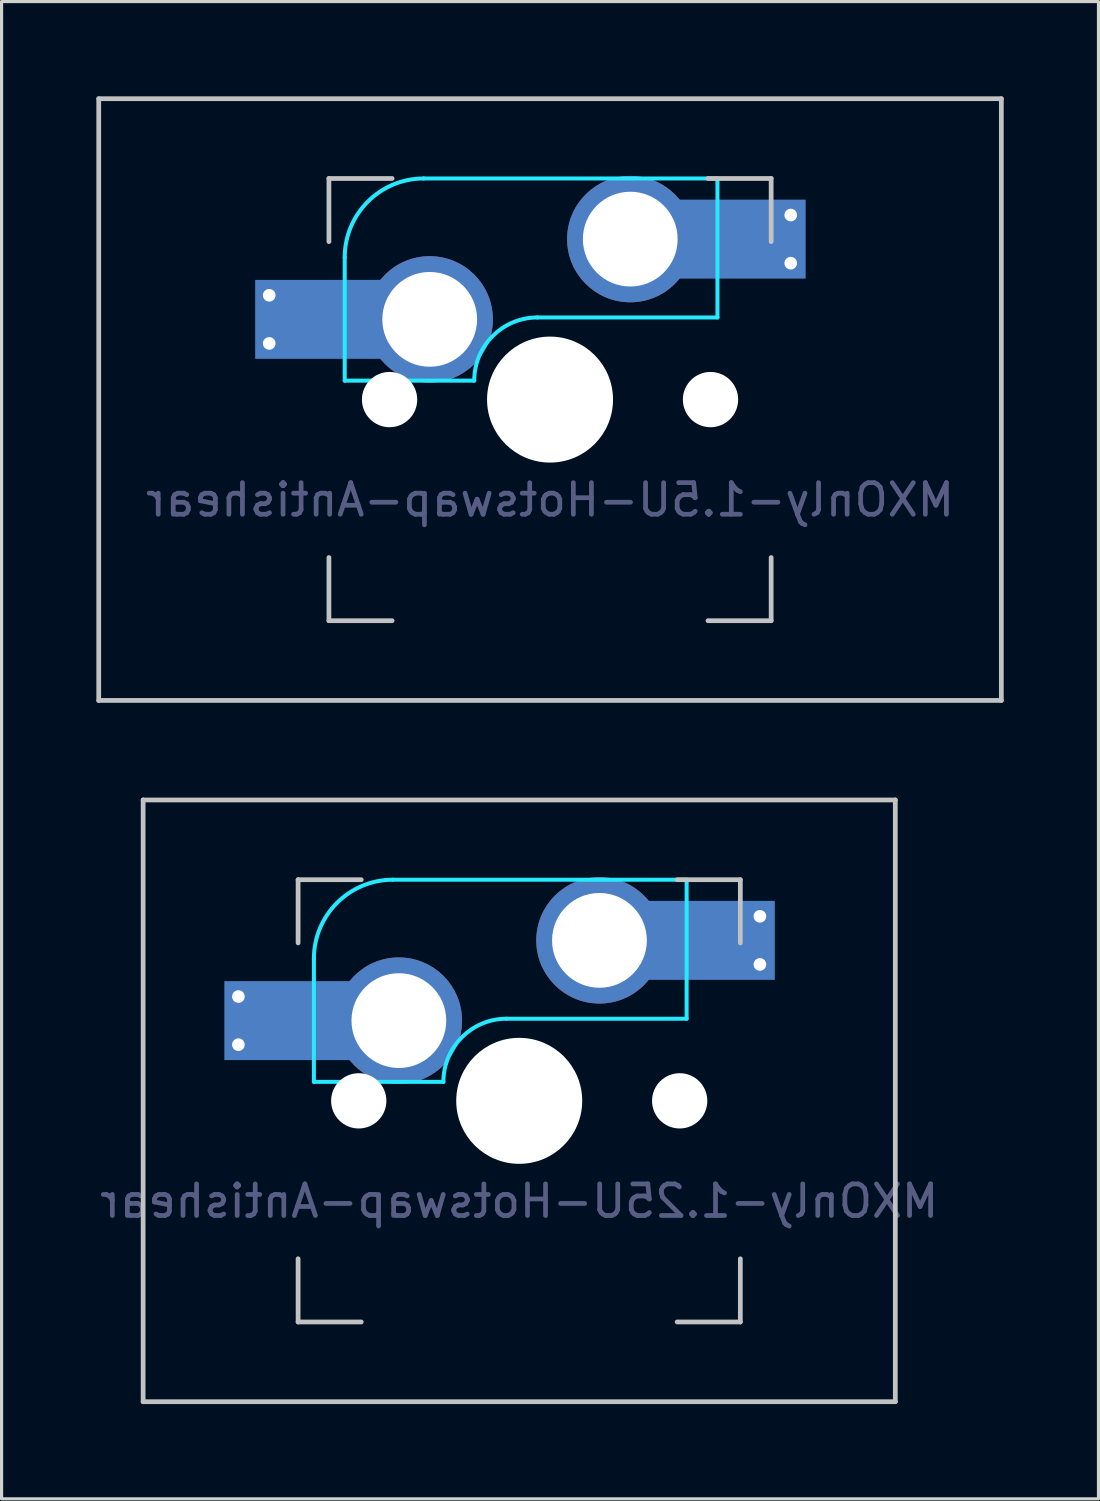
<source format=kicad_pcb>
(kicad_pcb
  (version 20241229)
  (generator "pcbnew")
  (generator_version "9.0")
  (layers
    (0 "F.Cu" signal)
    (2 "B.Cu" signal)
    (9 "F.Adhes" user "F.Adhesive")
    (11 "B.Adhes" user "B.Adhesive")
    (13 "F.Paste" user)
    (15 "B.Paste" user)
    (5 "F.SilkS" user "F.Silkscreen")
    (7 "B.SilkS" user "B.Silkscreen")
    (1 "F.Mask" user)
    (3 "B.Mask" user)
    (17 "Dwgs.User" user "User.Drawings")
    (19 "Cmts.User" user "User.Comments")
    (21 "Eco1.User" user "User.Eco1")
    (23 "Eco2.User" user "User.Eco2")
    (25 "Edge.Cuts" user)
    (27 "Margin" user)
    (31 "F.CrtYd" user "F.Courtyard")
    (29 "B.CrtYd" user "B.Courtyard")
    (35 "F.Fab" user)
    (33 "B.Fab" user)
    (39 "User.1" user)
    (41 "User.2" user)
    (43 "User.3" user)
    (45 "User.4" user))
  (footprint "MXOnly-1.5U-Hotswap-Antishear"
    (layer "F.Cu")
    (at 14.363 9.6)
    (property "Reference" "MXOnly-1.5U-Hotswap-Antishear" (at 0 3.175 0) (layer "B.Fab") (effects (font (size 1 1) (thickness 0.15)) (justify mirror)))
    (attr through_hole)
    (fp_line (start -14.287 -9.525) (end 14.287 -9.525) (stroke (width 0.15) (type solid)) (layer "Dwgs.User"))
    (fp_line (start -14.287 9.525) (end -14.287 -9.525) (stroke (width 0.15) (type solid)) (layer "Dwgs.User"))
    (fp_line (start -7 -7) (end -7 -5) (stroke (width 0.15) (type solid)) (layer "Dwgs.User"))
    (fp_line (start -7 5) (end -7 7) (stroke (width 0.15) (type solid)) (layer "Dwgs.User"))
    (fp_line (start -7 7) (end -5 7) (stroke (width 0.15) (type solid)) (layer "Dwgs.User"))
    (fp_line (start -5 -7) (end -7 -7) (stroke (width 0.15) (type solid)) (layer "Dwgs.User"))
    (fp_line (start 5 -7) (end 7 -7) (stroke (width 0.15) (type solid)) (layer "Dwgs.User"))
    (fp_line (start 5 7) (end 7 7) (stroke (width 0.15) (type solid)) (layer "Dwgs.User"))
    (fp_line (start 7 -7) (end 7 -5) (stroke (width 0.15) (type solid)) (layer "Dwgs.User"))
    (fp_line (start 7 7) (end 7 5) (stroke (width 0.15) (type solid)) (layer "Dwgs.User"))
    (fp_line (start 14.287 -9.525) (end 14.287 9.525) (stroke (width 0.15) (type solid)) (layer "Dwgs.User"))
    (fp_line (start 14.287 9.525) (end -14.287 9.525) (stroke (width 0.15) (type solid)) (layer "Dwgs.User"))
    (fp_line (start -6.5 -4.5) (end -6.5 -0.6) (stroke (width 0.127) (type solid)) (layer "B.CrtYd"))
    (fp_line (start -6.5 -0.6) (end -2.4 -0.6) (stroke (width 0.127) (type solid)) (layer "B.CrtYd"))
    (fp_line (start -0.4 -2.6) (end 5.3 -2.6) (stroke (width 0.127) (type solid)) (layer "B.CrtYd"))
    (fp_line (start 5.3 -7) (end -4 -7) (stroke (width 0.127) (type solid)) (layer "B.CrtYd"))
    (fp_line (start 5.3 -7) (end 5.3 -2.6) (stroke (width 0.127) (type solid)) (layer "B.CrtYd"))
    (fp_arc (start -6.5 -4.5) (mid -5.767767 -6.267767) (end -4 -7) (stroke (width 0.127) (type solid)) (layer "B.CrtYd"))
    (fp_arc (start -2.4 -0.6) (mid -1.814214 -2.014214) (end -0.4 -2.6) (stroke (width 0.127) (type solid)) (layer "B.CrtYd"))
    (pad "" smd rect (at -7.085 -2.54) (size 2.55 2.5) (layers "B.Mask" "B.Paste"))
    (pad "" np_thru_hole circle (at -5.08 0 48.1) (size 1.75 1.75) (drill 1.75) (layers "*.Cu" "*.Mask"))
    (pad "" np_thru_hole circle (at 0 0) (size 3.988 3.988) (drill 3.988) (layers "*.Cu" "*.Mask"))
    (pad "" np_thru_hole circle (at 5.08 0 48.1) (size 1.75 1.75) (drill 1.75) (layers "*.Cu" "*.Mask"))
    (pad "" smd rect (at 5.815 -5.08) (size 2.55 2.5) (layers "B.Mask" "B.Paste"))
    (pad "1" thru_hole circle (at -8.89 -3.302) (size 0.8 0.8) (drill 0.4) (layers "*.Cu"))
    (pad "1" thru_hole circle (at -8.89 -1.778) (size 0.8 0.8) (drill 0.4) (layers "*.Cu"))
    (pad "1" smd rect (at -7.085 -2.54) (size 4.5 2.5) (layers "B.Cu"))
    (pad "1" thru_hole circle (at -3.81 -2.54) (size 4 4) (drill 3) (layers "*.Cu"))
    (pad "2" thru_hole circle (at 2.54 -5.08) (size 4 4) (drill 3) (layers "*.Cu"))
    (pad "2" smd rect (at 5.842 -5.08) (size 4.5 2.5) (layers "B.Cu"))
    (pad "2" thru_hole circle (at 7.62 -5.842) (size 0.8 0.8) (drill 0.4) (layers "*.Cu"))
    (pad "2" thru_hole circle (at 7.62 -4.318) (size 0.8 0.8) (drill 0.4) (layers "*.Cu")))
  (footprint "MXOnly-1.25U-Hotswap-Antishear"
    (layer "F.Cu")
    (at 13.387 31.8)
    (property "Reference" "MXOnly-1.25U-Hotswap-Antishear" (at 0 3.175 0) (layer "B.Fab") (effects (font (size 1 1) (thickness 0.15)) (justify mirror)))
    (attr through_hole)
    (fp_line (start -11.906 -9.525) (end 11.906 -9.525) (stroke (width 0.15) (type solid)) (layer "Dwgs.User"))
    (fp_line (start -11.906 9.525) (end -11.906 -9.525) (stroke (width 0.15) (type solid)) (layer "Dwgs.User"))
    (fp_line (start -7 -7) (end -7 -5) (stroke (width 0.15) (type solid)) (layer "Dwgs.User"))
    (fp_line (start -7 5) (end -7 7) (stroke (width 0.15) (type solid)) (layer "Dwgs.User"))
    (fp_line (start -7 7) (end -5 7) (stroke (width 0.15) (type solid)) (layer "Dwgs.User"))
    (fp_line (start -5 -7) (end -7 -7) (stroke (width 0.15) (type solid)) (layer "Dwgs.User"))
    (fp_line (start 5 -7) (end 7 -7) (stroke (width 0.15) (type solid)) (layer "Dwgs.User"))
    (fp_line (start 5 7) (end 7 7) (stroke (width 0.15) (type solid)) (layer "Dwgs.User"))
    (fp_line (start 7 -7) (end 7 -5) (stroke (width 0.15) (type solid)) (layer "Dwgs.User"))
    (fp_line (start 7 7) (end 7 5) (stroke (width 0.15) (type solid)) (layer "Dwgs.User"))
    (fp_line (start 11.906 -9.525) (end 11.906 9.525) (stroke (width 0.15) (type solid)) (layer "Dwgs.User"))
    (fp_line (start 11.906 9.525) (end -11.906 9.525) (stroke (width 0.15) (type solid)) (layer "Dwgs.User"))
    (fp_line (start -6.5 -4.5) (end -6.5 -0.6) (stroke (width 0.127) (type solid)) (layer "B.CrtYd"))
    (fp_line (start -6.5 -0.6) (end -2.4 -0.6) (stroke (width 0.127) (type solid)) (layer "B.CrtYd"))
    (fp_line (start -0.4 -2.6) (end 5.3 -2.6) (stroke (width 0.127) (type solid)) (layer "B.CrtYd"))
    (fp_line (start 5.3 -7) (end -4 -7) (stroke (width 0.127) (type solid)) (layer "B.CrtYd"))
    (fp_line (start 5.3 -7) (end 5.3 -2.6) (stroke (width 0.127) (type solid)) (layer "B.CrtYd"))
    (fp_arc (start -6.5 -4.5) (mid -5.767767 -6.267767) (end -4 -7) (stroke (width 0.127) (type solid)) (layer "B.CrtYd"))
    (fp_arc (start -2.4 -0.6) (mid -1.814214 -2.014214) (end -0.4 -2.6) (stroke (width 0.127) (type solid)) (layer "B.CrtYd"))
    (pad "" smd rect (at -7.085 -2.54) (size 2.55 2.5) (layers "B.Mask" "B.Paste"))
    (pad "" np_thru_hole circle (at -5.08 0 48.1) (size 1.75 1.75) (drill 1.75) (layers "*.Cu" "*.Mask"))
    (pad "" np_thru_hole circle (at 0 0) (size 3.988 3.988) (drill 3.988) (layers "*.Cu" "*.Mask"))
    (pad "" np_thru_hole circle (at 5.08 0 48.1) (size 1.75 1.75) (drill 1.75) (layers "*.Cu" "*.Mask"))
    (pad "" smd rect (at 5.815 -5.08) (size 2.55 2.5) (layers "B.Mask" "B.Paste"))
    (pad "1" thru_hole circle (at -8.89 -3.302) (size 0.8 0.8) (drill 0.4) (layers "*.Cu"))
    (pad "1" thru_hole circle (at -8.89 -1.778) (size 0.8 0.8) (drill 0.4) (layers "*.Cu"))
    (pad "1" smd rect (at -7.085 -2.54) (size 4.5 2.5) (layers "B.Cu"))
    (pad "1" thru_hole circle (at -3.81 -2.54) (size 4 4) (drill 3) (layers "*.Cu"))
    (pad "2" thru_hole circle (at 2.54 -5.08) (size 4 4) (drill 3) (layers "*.Cu"))
    (pad "2" smd rect (at 5.842 -5.08) (size 4.5 2.5) (layers "B.Cu"))
    (pad "2" thru_hole circle (at 7.62 -5.842) (size 0.8 0.8) (drill 0.4) (layers "*.Cu"))
    (pad "2" thru_hole circle (at 7.62 -4.318) (size 0.8 0.8) (drill 0.4) (layers "*.Cu")))
  (gr_rect
    (start -3 -3)
    (end 31.725 44.4)
    (stroke (width 0.1) (type default))
    (fill no)
    (layer "Edge.Cuts")))
</source>
